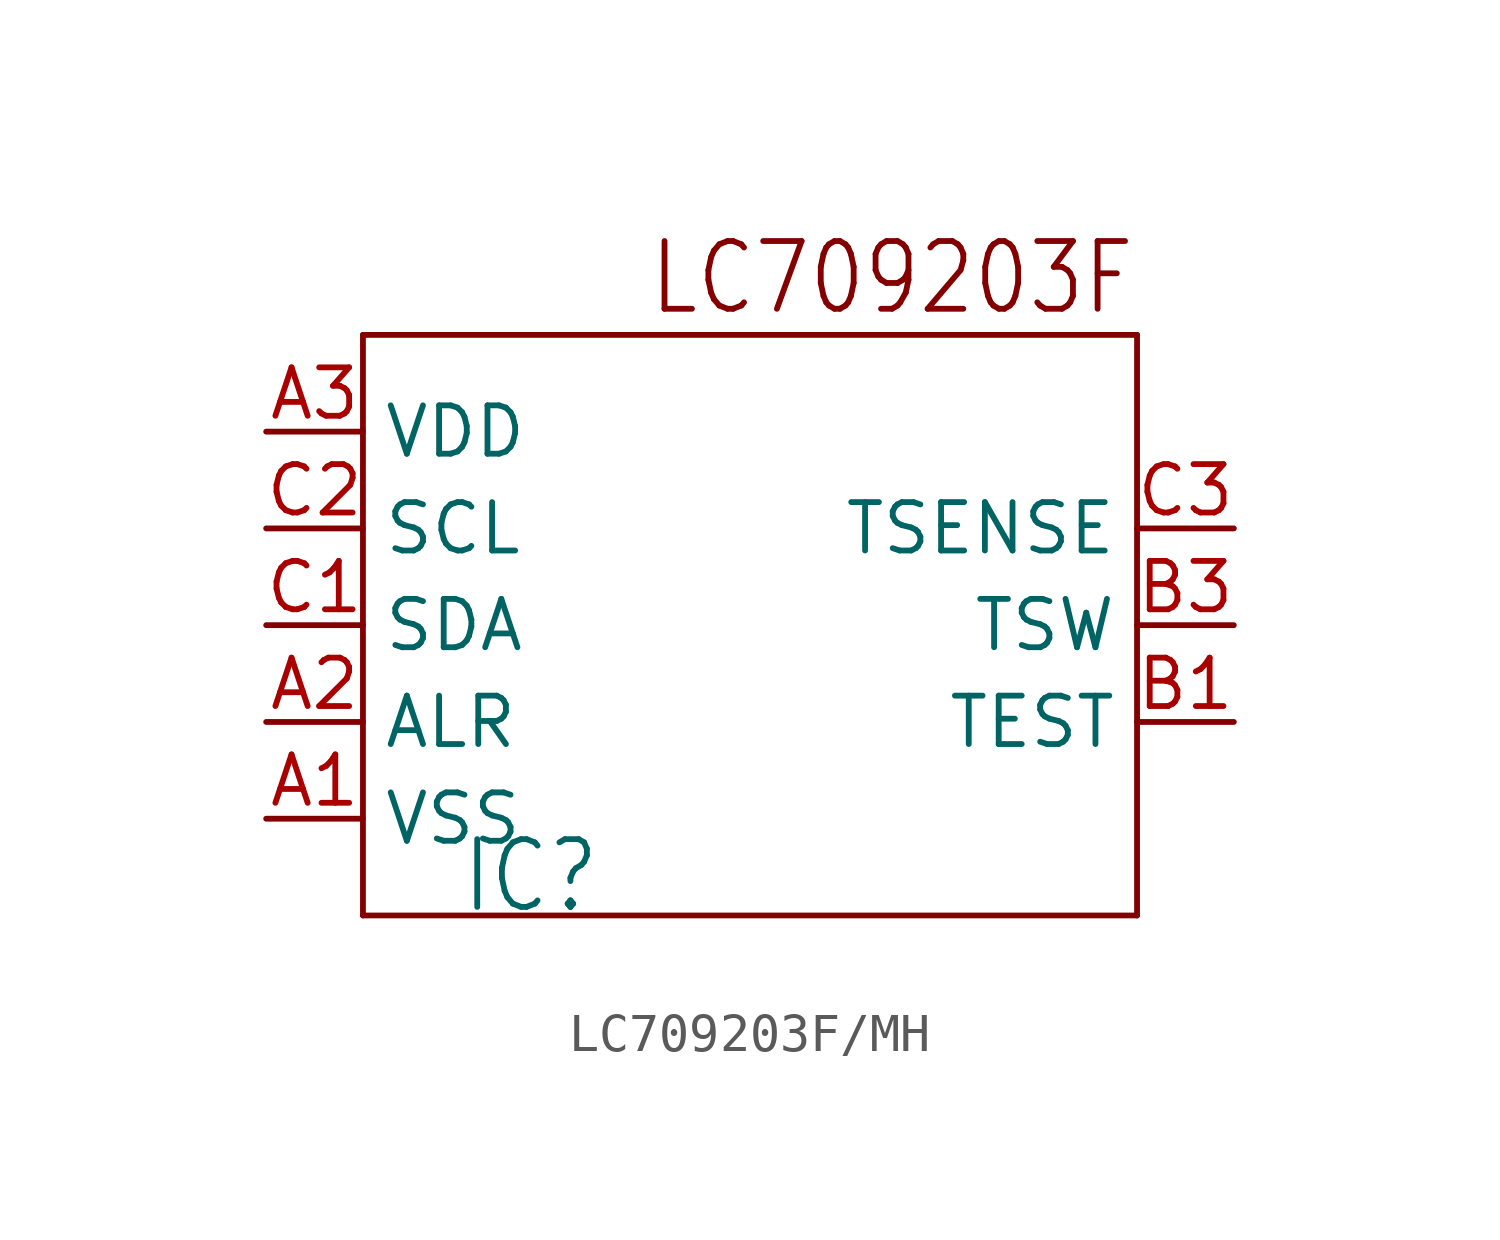
<source format=kicad_sym>
(kicad_symbol_lib
  (version 20220914)
  (generator kicad_symbol_editor)
  (symbol "LC709203F/MH"
    (property "Reference" "IC"
      (at -7.62 -7.62 0)
      (effects (font (size 1.778 1.511)) (justify left bottom)))
    (property "ki_locked" ""
      (at 0 0 0)
      (effects (font (size 1.27 1.27))))
    (symbol "LC709203F/MH_1_0"
      (polyline (pts (xy -10.16 -7.62) (xy -10.16 7.62)) (stroke (width 0.152) (type solid)) (fill (type none)))
      (polyline (pts (xy -10.16 7.62) (xy 10.16 7.62)) (stroke (width 0.152) (type solid)) (fill (type none)))
      (polyline (pts (xy 10.16 -7.62) (xy -10.16 -7.62)) (stroke (width 0.152) (type solid)) (fill (type none)))
      (polyline (pts (xy 10.16 7.62) (xy 10.16 -7.62)) (stroke (width 0.152) (type solid)) (fill (type none)))
      (text "LC709203F" (at 10.16 10.16 0) (effects (font (size 1.778 1.511)) (justify right top)))
      (pin power_in line (at -12.7 -5.08 0) (length 2.54) (name "VSS" (effects (font (size 1.27 1.27)))) (number "A1" (effects (font (size 1.27 1.27)))))
      (pin output line (at -12.7 -2.54 0) (length 2.54) (name "ALR" (effects (font (size 1.27 1.27)))) (number "A2" (effects (font (size 1.27 1.27)))))
      (pin power_in line (at -12.7 5.08 0) (length 2.54) (name "VDD" (effects (font (size 1.27 1.27)))) (number "A3" (effects (font (size 1.27 1.27)))))
      (pin input line (at 12.7 -2.54 180) (length 2.54) (name "TEST" (effects (font (size 1.27 1.27)))) (number "B1" (effects (font (size 1.27 1.27)))))
      (pin output line (at 12.7 0 180) (length 2.54) (name "TSW" (effects (font (size 1.27 1.27)))) (number "B3" (effects (font (size 1.27 1.27)))))
      (pin bidirectional line (at -12.7 0 0) (length 2.54) (name "SDA" (effects (font (size 1.27 1.27)))) (number "C1" (effects (font (size 1.27 1.27)))))
      (pin bidirectional line (at -12.7 2.54 0) (length 2.54) (name "SCL" (effects (font (size 1.27 1.27)))) (number "C2" (effects (font (size 1.27 1.27)))))
      (pin passive line (at 12.7 2.54 180) (length 2.54) (name "TSENSE" (effects (font (size 1.27 1.27)))) (number "C3" (effects (font (size 1.27 1.27))))))))
</source>
